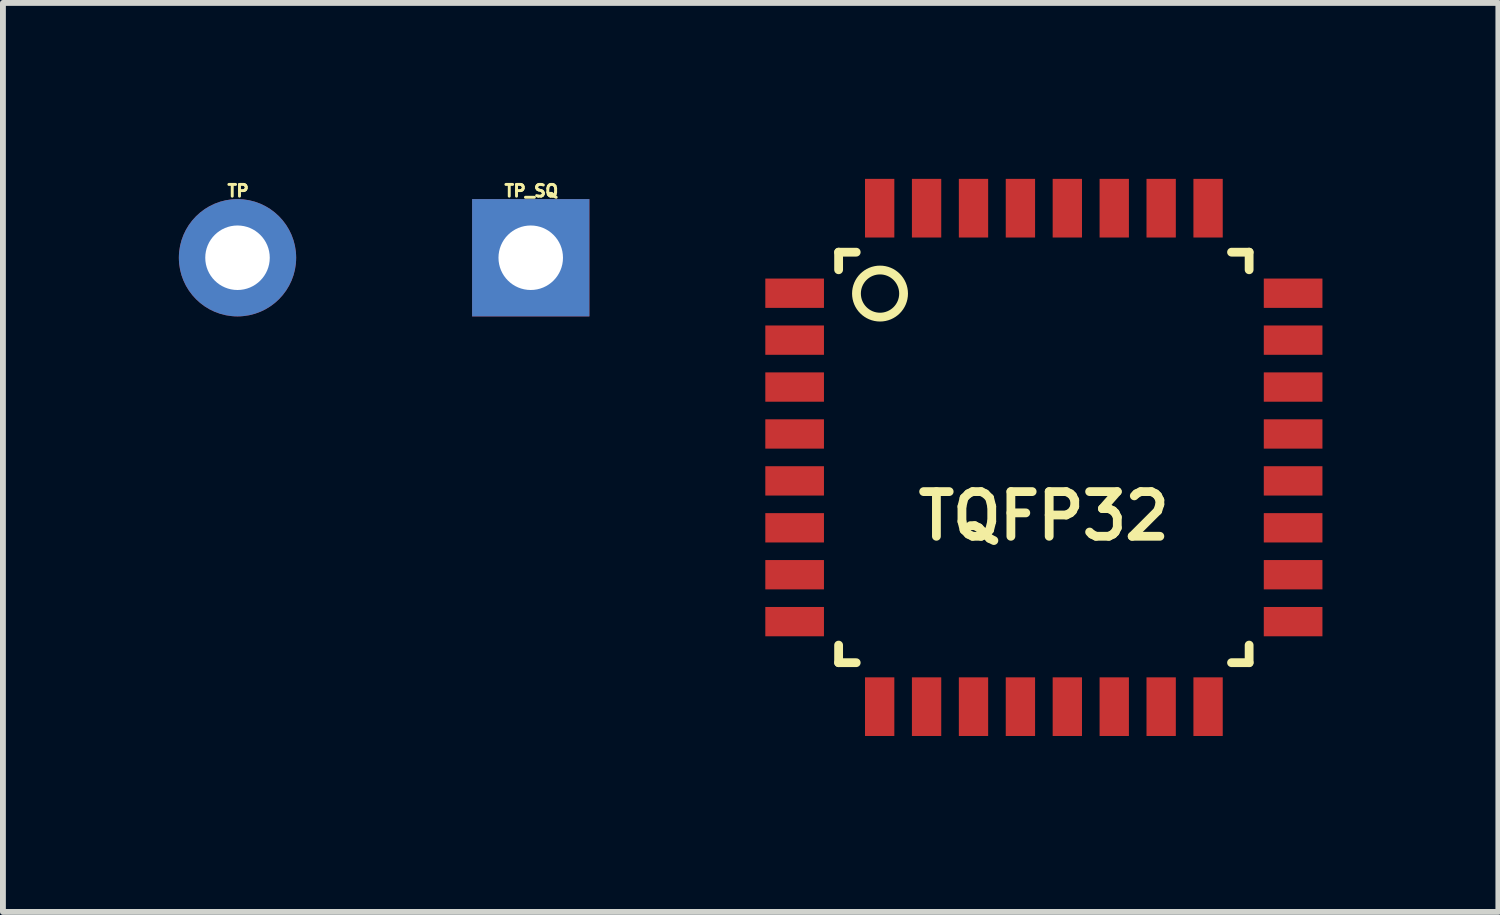
<source format=kicad_pcb>
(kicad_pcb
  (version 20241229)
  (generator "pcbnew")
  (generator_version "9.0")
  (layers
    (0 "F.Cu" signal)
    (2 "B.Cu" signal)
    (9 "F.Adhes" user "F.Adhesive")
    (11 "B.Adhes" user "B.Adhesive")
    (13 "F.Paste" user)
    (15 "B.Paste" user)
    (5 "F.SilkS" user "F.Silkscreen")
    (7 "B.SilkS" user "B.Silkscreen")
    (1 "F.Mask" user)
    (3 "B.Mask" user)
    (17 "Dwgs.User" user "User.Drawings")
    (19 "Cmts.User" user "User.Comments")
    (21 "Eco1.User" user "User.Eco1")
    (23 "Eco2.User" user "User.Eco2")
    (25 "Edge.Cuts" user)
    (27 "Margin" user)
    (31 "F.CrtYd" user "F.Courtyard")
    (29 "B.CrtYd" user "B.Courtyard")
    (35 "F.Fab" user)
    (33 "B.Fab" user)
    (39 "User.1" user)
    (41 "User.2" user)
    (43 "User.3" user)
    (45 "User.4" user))
  (footprint "TP"
    (layer "F.Cu")
    (at 1 1.345)
    (property "Reference" "TP" (at 0.01 -1.14 0) (unlocked yes) (layer "F.SilkS") (effects (font (size 0.2 0.2) (thickness 0.05))))
    (attr smd)
    (pad "1" thru_hole circle (at 0 0) (size 2 2) (drill 1.1) (layers "*.Cu" "*.Mask")))
  (footprint "TP_SQ"
    (layer "F.Cu")
    (at 6 1.345)
    (property "Reference" "TP_SQ" (at 0.01 -1.14 0) (unlocked yes) (layer "F.SilkS") (effects (font (size 0.2 0.2) (thickness 0.05))))
    (attr smd)
    (pad "1" thru_hole rect (at 0 0) (size 2 2) (drill 1.1) (layers "*.Cu" "*.Mask")))
  (footprint "TQFP32"
    (layer "F.Cu")
    (at 14.75 4.75)
    (property "Reference" "TQFP32" (at 0 1 0) (layer "F.SilkS") (effects (font (size 0.762 0.762) (thickness 0.15))))
    (attr through_hole)
    (fp_line (start -3.5 -3.5) (end -3.5 -3.2) (stroke (width 0.15) (type solid)) (layer "F.SilkS"))
    (fp_line (start -3.5 -3.5) (end -3.2 -3.5) (stroke (width 0.15) (type solid)) (layer "F.SilkS"))
    (fp_line (start -3.5 3.5) (end -3.5 3.2) (stroke (width 0.15) (type solid)) (layer "F.SilkS"))
    (fp_line (start -3.5 3.5) (end -3.2 3.5) (stroke (width 0.15) (type solid)) (layer "F.SilkS"))
    (fp_line (start 3.5 -3.5) (end 3.2 -3.5) (stroke (width 0.15) (type solid)) (layer "F.SilkS"))
    (fp_line (start 3.5 -3.5) (end 3.5 -3.2) (stroke (width 0.15) (type solid)) (layer "F.SilkS"))
    (fp_line (start 3.5 3.5) (end 3.2 3.5) (stroke (width 0.15) (type solid)) (layer "F.SilkS"))
    (fp_line (start 3.5 3.5) (end 3.5 3.2) (stroke (width 0.15) (type solid)) (layer "F.SilkS"))
    (fp_circle (center -2.794 -2.794) (end -2.921 -3.175) (stroke (width 0.15) (type solid)) (fill no) (layer "F.SilkS"))
    (pad "1" smd rect (at -4.25 -2.8 90) (size 0.5 1) (layers "F.Cu" "F.Mask" "F.Paste"))
    (pad "2" smd rect (at -4.25 -2 90) (size 0.5 1) (layers "F.Cu" "F.Mask" "F.Paste"))
    (pad "3" smd rect (at -4.25 -1.2 90) (size 0.5 1) (layers "F.Cu" "F.Mask" "F.Paste"))
    (pad "4" smd rect (at -4.25 -0.4 90) (size 0.5 1) (layers "F.Cu" "F.Mask" "F.Paste"))
    (pad "5" smd rect (at -4.25 0.4 90) (size 0.5 1) (layers "F.Cu" "F.Mask" "F.Paste"))
    (pad "6" smd rect (at -4.25 1.2 90) (size 0.5 1) (layers "F.Cu" "F.Mask" "F.Paste"))
    (pad "7" smd rect (at -4.25 2 90) (size 0.5 1) (layers "F.Cu" "F.Mask" "F.Paste"))
    (pad "8" smd rect (at -4.25 2.8 90) (size 0.5 1) (layers "F.Cu" "F.Mask" "F.Paste"))
    (pad "9" smd rect (at -2.8 4.25) (size 0.5 1) (layers "F.Cu" "F.Mask" "F.Paste"))
    (pad "10" smd rect (at -2 4.25) (size 0.5 1) (layers "F.Cu" "F.Mask" "F.Paste"))
    (pad "11" smd rect (at -1.2 4.25) (size 0.5 1) (layers "F.Cu" "F.Mask" "F.Paste"))
    (pad "12" smd rect (at -0.4 4.25) (size 0.5 1) (layers "F.Cu" "F.Mask" "F.Paste"))
    (pad "13" smd rect (at 0.4 4.25) (size 0.5 1) (layers "F.Cu" "F.Mask" "F.Paste"))
    (pad "14" smd rect (at 1.2 4.25) (size 0.5 1) (layers "F.Cu" "F.Mask" "F.Paste"))
    (pad "15" smd rect (at 2 4.25) (size 0.5 1) (layers "F.Cu" "F.Mask" "F.Paste"))
    (pad "16" smd rect (at 2.8 4.25) (size 0.5 1) (layers "F.Cu" "F.Mask" "F.Paste"))
    (pad "17" smd rect (at 4.25 2.8 270) (size 0.5 1) (layers "F.Cu" "F.Mask" "F.Paste"))
    (pad "18" smd rect (at 4.25 2 270) (size 0.5 1) (layers "F.Cu" "F.Mask" "F.Paste"))
    (pad "19" smd rect (at 4.25 1.2 270) (size 0.5 1) (layers "F.Cu" "F.Mask" "F.Paste"))
    (pad "20" smd rect (at 4.25 0.4 270) (size 0.5 1) (layers "F.Cu" "F.Mask" "F.Paste"))
    (pad "21" smd rect (at 4.25 -0.4 270) (size 0.5 1) (layers "F.Cu" "F.Mask" "F.Paste"))
    (pad "22" smd rect (at 4.25 -1.2 270) (size 0.5 1) (layers "F.Cu" "F.Mask" "F.Paste"))
    (pad "23" smd rect (at 4.25 -2 270) (size 0.5 1) (layers "F.Cu" "F.Mask" "F.Paste"))
    (pad "24" smd rect (at 4.25 -2.8 270) (size 0.5 1) (layers "F.Cu" "F.Mask" "F.Paste"))
    (pad "25" smd rect (at 2.8 -4.25 180) (size 0.5 1) (layers "F.Cu" "F.Mask" "F.Paste"))
    (pad "26" smd rect (at 2 -4.25 180) (size 0.5 1) (layers "F.Cu" "F.Mask" "F.Paste"))
    (pad "27" smd rect (at 1.2 -4.25 180) (size 0.5 1) (layers "F.Cu" "F.Mask" "F.Paste"))
    (pad "28" smd rect (at 0.4 -4.25 180) (size 0.5 1) (layers "F.Cu" "F.Mask" "F.Paste"))
    (pad "29" smd rect (at -0.4 -4.25 180) (size 0.5 1) (layers "F.Cu" "F.Mask" "F.Paste"))
    (pad "30" smd rect (at -1.2 -4.25 180) (size 0.5 1) (layers "F.Cu" "F.Mask" "F.Paste"))
    (pad "31" smd rect (at -2 -4.25 180) (size 0.5 1) (layers "F.Cu" "F.Mask" "F.Paste"))
    (pad "32" smd rect (at -2.8 -4.25 180) (size 0.5 1) (layers "F.Cu" "F.Mask" "F.Paste")))
  (gr_rect
    (start -3 -3)
    (end 22.5 12.5)
    (stroke (width 0.1) (type default))
    (fill no)
    (layer "Edge.Cuts")))
</source>
